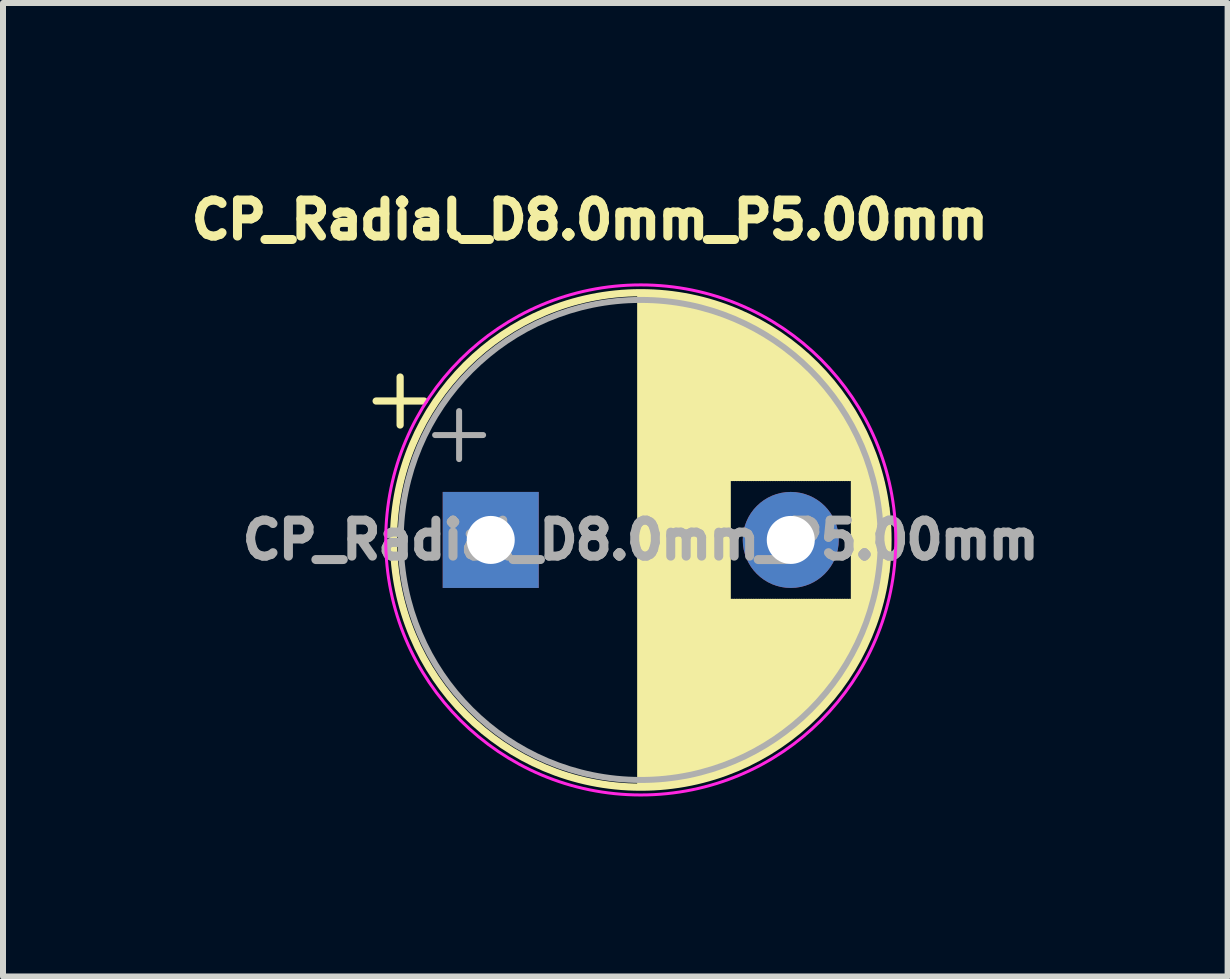
<source format=kicad_pcb>
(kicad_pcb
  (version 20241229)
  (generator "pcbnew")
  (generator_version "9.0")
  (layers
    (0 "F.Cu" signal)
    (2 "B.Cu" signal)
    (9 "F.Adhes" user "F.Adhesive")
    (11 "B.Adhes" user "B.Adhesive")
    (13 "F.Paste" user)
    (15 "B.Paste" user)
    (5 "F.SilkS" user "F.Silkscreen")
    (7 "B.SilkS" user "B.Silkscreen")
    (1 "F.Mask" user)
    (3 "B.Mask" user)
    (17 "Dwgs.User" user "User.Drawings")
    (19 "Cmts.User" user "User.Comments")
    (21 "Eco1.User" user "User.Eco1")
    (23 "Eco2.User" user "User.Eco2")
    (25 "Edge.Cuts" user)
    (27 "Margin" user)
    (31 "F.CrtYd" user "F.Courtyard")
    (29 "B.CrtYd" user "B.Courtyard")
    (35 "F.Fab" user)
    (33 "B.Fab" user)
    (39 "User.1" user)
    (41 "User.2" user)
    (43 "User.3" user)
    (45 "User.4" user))
  (footprint "CP_Radial_D8.0mm_P5.00mm"
    (layer "F.Cu")
    (at 5.128 5.948)
    (property "Reference" "CP_Radial_D8.0mm_P5.00mm" (at 1.651 -5.334 0) (layer "F.SilkS") (effects (font (size 0.6 0.6) (thickness 0.15))))
    (attr through_hole)
    (fp_line (start -1.91 -2.315) (end -1.11 -2.315) (stroke (width 0.12) (type solid)) (layer "F.SilkS"))
    (fp_line (start -1.51 -2.715) (end -1.51 -1.915) (stroke (width 0.12) (type solid)) (layer "F.SilkS"))
    (fp_line (start 2.5 -4.08) (end 2.5 4.08) (stroke (width 0.12) (type solid)) (layer "F.SilkS"))
    (fp_line (start 2.54 -4.08) (end 2.54 4.08) (stroke (width 0.12) (type solid)) (layer "F.SilkS"))
    (fp_line (start 2.58 -4.08) (end 2.58 4.08) (stroke (width 0.12) (type solid)) (layer "F.SilkS"))
    (fp_line (start 2.62 -4.079) (end 2.62 4.079) (stroke (width 0.12) (type solid)) (layer "F.SilkS"))
    (fp_line (start 2.66 -4.077) (end 2.66 4.077) (stroke (width 0.12) (type solid)) (layer "F.SilkS"))
    (fp_line (start 2.7 -4.076) (end 2.7 4.076) (stroke (width 0.12) (type solid)) (layer "F.SilkS"))
    (fp_line (start 2.74 -4.074) (end 2.74 4.074) (stroke (width 0.12) (type solid)) (layer "F.SilkS"))
    (fp_line (start 2.78 -4.071) (end 2.78 4.071) (stroke (width 0.12) (type solid)) (layer "F.SilkS"))
    (fp_line (start 2.82 -4.068) (end 2.82 4.068) (stroke (width 0.12) (type solid)) (layer "F.SilkS"))
    (fp_line (start 2.86 -4.065) (end 2.86 4.065) (stroke (width 0.12) (type solid)) (layer "F.SilkS"))
    (fp_line (start 2.9 -4.061) (end 2.9 4.061) (stroke (width 0.12) (type solid)) (layer "F.SilkS"))
    (fp_line (start 2.94 -4.057) (end 2.94 4.057) (stroke (width 0.12) (type solid)) (layer "F.SilkS"))
    (fp_line (start 2.98 -4.052) (end 2.98 4.052) (stroke (width 0.12) (type solid)) (layer "F.SilkS"))
    (fp_line (start 3.02 -4.048) (end 3.02 4.048) (stroke (width 0.12) (type solid)) (layer "F.SilkS"))
    (fp_line (start 3.06 -4.042) (end 3.06 4.042) (stroke (width 0.12) (type solid)) (layer "F.SilkS"))
    (fp_line (start 3.1 -4.037) (end 3.1 4.037) (stroke (width 0.12) (type solid)) (layer "F.SilkS"))
    (fp_line (start 3.14 -4.03) (end 3.14 4.03) (stroke (width 0.12) (type solid)) (layer "F.SilkS"))
    (fp_line (start 3.18 -4.024) (end 3.18 4.024) (stroke (width 0.12) (type solid)) (layer "F.SilkS"))
    (fp_line (start 3.221 -4.017) (end 3.221 4.017) (stroke (width 0.12) (type solid)) (layer "F.SilkS"))
    (fp_line (start 3.261 -4.01) (end 3.261 4.01) (stroke (width 0.12) (type solid)) (layer "F.SilkS"))
    (fp_line (start 3.301 -4.002) (end 3.301 4.002) (stroke (width 0.12) (type solid)) (layer "F.SilkS"))
    (fp_line (start 3.341 -3.994) (end 3.341 3.994) (stroke (width 0.12) (type solid)) (layer "F.SilkS"))
    (fp_line (start 3.381 -3.985) (end 3.381 3.985) (stroke (width 0.12) (type solid)) (layer "F.SilkS"))
    (fp_line (start 3.421 -3.976) (end 3.421 3.976) (stroke (width 0.12) (type solid)) (layer "F.SilkS"))
    (fp_line (start 3.461 -3.967) (end 3.461 3.967) (stroke (width 0.12) (type solid)) (layer "F.SilkS"))
    (fp_line (start 3.501 -3.957) (end 3.501 3.957) (stroke (width 0.12) (type solid)) (layer "F.SilkS"))
    (fp_line (start 3.541 -3.947) (end 3.541 3.947) (stroke (width 0.12) (type solid)) (layer "F.SilkS"))
    (fp_line (start 3.581 -3.936) (end 3.581 3.936) (stroke (width 0.12) (type solid)) (layer "F.SilkS"))
    (fp_line (start 3.621 -3.925) (end 3.621 3.925) (stroke (width 0.12) (type solid)) (layer "F.SilkS"))
    (fp_line (start 3.661 -3.914) (end 3.661 3.914) (stroke (width 0.12) (type solid)) (layer "F.SilkS"))
    (fp_line (start 3.701 -3.902) (end 3.701 3.902) (stroke (width 0.12) (type solid)) (layer "F.SilkS"))
    (fp_line (start 3.741 -3.889) (end 3.741 3.889) (stroke (width 0.12) (type solid)) (layer "F.SilkS"))
    (fp_line (start 3.781 -3.877) (end 3.781 3.877) (stroke (width 0.12) (type solid)) (layer "F.SilkS"))
    (fp_line (start 3.821 -3.863) (end 3.821 3.863) (stroke (width 0.12) (type solid)) (layer "F.SilkS"))
    (fp_line (start 3.861 -3.85) (end 3.861 3.85) (stroke (width 0.12) (type solid)) (layer "F.SilkS"))
    (fp_line (start 3.901 -3.835) (end 3.901 3.835) (stroke (width 0.12) (type solid)) (layer "F.SilkS"))
    (fp_line (start 3.941 -3.821) (end 3.941 3.821) (stroke (width 0.12) (type solid)) (layer "F.SilkS"))
    (fp_line (start 3.981 -3.805) (end 3.981 -1.04) (stroke (width 0.12) (type solid)) (layer "F.SilkS"))
    (fp_line (start 3.981 1.04) (end 3.981 3.805) (stroke (width 0.12) (type solid)) (layer "F.SilkS"))
    (fp_line (start 4.021 -3.79) (end 4.021 -1.04) (stroke (width 0.12) (type solid)) (layer "F.SilkS"))
    (fp_line (start 4.021 1.04) (end 4.021 3.79) (stroke (width 0.12) (type solid)) (layer "F.SilkS"))
    (fp_line (start 4.061 -3.774) (end 4.061 -1.04) (stroke (width 0.12) (type solid)) (layer "F.SilkS"))
    (fp_line (start 4.061 1.04) (end 4.061 3.774) (stroke (width 0.12) (type solid)) (layer "F.SilkS"))
    (fp_line (start 4.101 -3.757) (end 4.101 -1.04) (stroke (width 0.12) (type solid)) (layer "F.SilkS"))
    (fp_line (start 4.101 1.04) (end 4.101 3.757) (stroke (width 0.12) (type solid)) (layer "F.SilkS"))
    (fp_line (start 4.141 -3.74) (end 4.141 -1.04) (stroke (width 0.12) (type solid)) (layer "F.SilkS"))
    (fp_line (start 4.141 1.04) (end 4.141 3.74) (stroke (width 0.12) (type solid)) (layer "F.SilkS"))
    (fp_line (start 4.181 -3.722) (end 4.181 -1.04) (stroke (width 0.12) (type solid)) (layer "F.SilkS"))
    (fp_line (start 4.181 1.04) (end 4.181 3.722) (stroke (width 0.12) (type solid)) (layer "F.SilkS"))
    (fp_line (start 4.221 -3.704) (end 4.221 -1.04) (stroke (width 0.12) (type solid)) (layer "F.SilkS"))
    (fp_line (start 4.221 1.04) (end 4.221 3.704) (stroke (width 0.12) (type solid)) (layer "F.SilkS"))
    (fp_line (start 4.261 -3.686) (end 4.261 -1.04) (stroke (width 0.12) (type solid)) (layer "F.SilkS"))
    (fp_line (start 4.261 1.04) (end 4.261 3.686) (stroke (width 0.12) (type solid)) (layer "F.SilkS"))
    (fp_line (start 4.301 -3.666) (end 4.301 -1.04) (stroke (width 0.12) (type solid)) (layer "F.SilkS"))
    (fp_line (start 4.301 1.04) (end 4.301 3.666) (stroke (width 0.12) (type solid)) (layer "F.SilkS"))
    (fp_line (start 4.341 -3.647) (end 4.341 -1.04) (stroke (width 0.12) (type solid)) (layer "F.SilkS"))
    (fp_line (start 4.341 1.04) (end 4.341 3.647) (stroke (width 0.12) (type solid)) (layer "F.SilkS"))
    (fp_line (start 4.381 -3.627) (end 4.381 -1.04) (stroke (width 0.12) (type solid)) (layer "F.SilkS"))
    (fp_line (start 4.381 1.04) (end 4.381 3.627) (stroke (width 0.12) (type solid)) (layer "F.SilkS"))
    (fp_line (start 4.421 -3.606) (end 4.421 -1.04) (stroke (width 0.12) (type solid)) (layer "F.SilkS"))
    (fp_line (start 4.421 1.04) (end 4.421 3.606) (stroke (width 0.12) (type solid)) (layer "F.SilkS"))
    (fp_line (start 4.461 -3.584) (end 4.461 -1.04) (stroke (width 0.12) (type solid)) (layer "F.SilkS"))
    (fp_line (start 4.461 1.04) (end 4.461 3.584) (stroke (width 0.12) (type solid)) (layer "F.SilkS"))
    (fp_line (start 4.501 -3.562) (end 4.501 -1.04) (stroke (width 0.12) (type solid)) (layer "F.SilkS"))
    (fp_line (start 4.501 1.04) (end 4.501 3.562) (stroke (width 0.12) (type solid)) (layer "F.SilkS"))
    (fp_line (start 4.541 -3.54) (end 4.541 -1.04) (stroke (width 0.12) (type solid)) (layer "F.SilkS"))
    (fp_line (start 4.541 1.04) (end 4.541 3.54) (stroke (width 0.12) (type solid)) (layer "F.SilkS"))
    (fp_line (start 4.581 -3.517) (end 4.581 -1.04) (stroke (width 0.12) (type solid)) (layer "F.SilkS"))
    (fp_line (start 4.581 1.04) (end 4.581 3.517) (stroke (width 0.12) (type solid)) (layer "F.SilkS"))
    (fp_line (start 4.621 -3.493) (end 4.621 -1.04) (stroke (width 0.12) (type solid)) (layer "F.SilkS"))
    (fp_line (start 4.621 1.04) (end 4.621 3.493) (stroke (width 0.12) (type solid)) (layer "F.SilkS"))
    (fp_line (start 4.661 -3.469) (end 4.661 -1.04) (stroke (width 0.12) (type solid)) (layer "F.SilkS"))
    (fp_line (start 4.661 1.04) (end 4.661 3.469) (stroke (width 0.12) (type solid)) (layer "F.SilkS"))
    (fp_line (start 4.701 -3.444) (end 4.701 -1.04) (stroke (width 0.12) (type solid)) (layer "F.SilkS"))
    (fp_line (start 4.701 1.04) (end 4.701 3.444) (stroke (width 0.12) (type solid)) (layer "F.SilkS"))
    (fp_line (start 4.741 -3.418) (end 4.741 -1.04) (stroke (width 0.12) (type solid)) (layer "F.SilkS"))
    (fp_line (start 4.741 1.04) (end 4.741 3.418) (stroke (width 0.12) (type solid)) (layer "F.SilkS"))
    (fp_line (start 4.781 -3.392) (end 4.781 -1.04) (stroke (width 0.12) (type solid)) (layer "F.SilkS"))
    (fp_line (start 4.781 1.04) (end 4.781 3.392) (stroke (width 0.12) (type solid)) (layer "F.SilkS"))
    (fp_line (start 4.821 -3.365) (end 4.821 -1.04) (stroke (width 0.12) (type solid)) (layer "F.SilkS"))
    (fp_line (start 4.821 1.04) (end 4.821 3.365) (stroke (width 0.12) (type solid)) (layer "F.SilkS"))
    (fp_line (start 4.861 -3.338) (end 4.861 -1.04) (stroke (width 0.12) (type solid)) (layer "F.SilkS"))
    (fp_line (start 4.861 1.04) (end 4.861 3.338) (stroke (width 0.12) (type solid)) (layer "F.SilkS"))
    (fp_line (start 4.901 -3.309) (end 4.901 -1.04) (stroke (width 0.12) (type solid)) (layer "F.SilkS"))
    (fp_line (start 4.901 1.04) (end 4.901 3.309) (stroke (width 0.12) (type solid)) (layer "F.SilkS"))
    (fp_line (start 4.941 -3.28) (end 4.941 -1.04) (stroke (width 0.12) (type solid)) (layer "F.SilkS"))
    (fp_line (start 4.941 1.04) (end 4.941 3.28) (stroke (width 0.12) (type solid)) (layer "F.SilkS"))
    (fp_line (start 4.981 -3.25) (end 4.981 -1.04) (stroke (width 0.12) (type solid)) (layer "F.SilkS"))
    (fp_line (start 4.981 1.04) (end 4.981 3.25) (stroke (width 0.12) (type solid)) (layer "F.SilkS"))
    (fp_line (start 5.021 -3.22) (end 5.021 -1.04) (stroke (width 0.12) (type solid)) (layer "F.SilkS"))
    (fp_line (start 5.021 1.04) (end 5.021 3.22) (stroke (width 0.12) (type solid)) (layer "F.SilkS"))
    (fp_line (start 5.061 -3.189) (end 5.061 -1.04) (stroke (width 0.12) (type solid)) (layer "F.SilkS"))
    (fp_line (start 5.061 1.04) (end 5.061 3.189) (stroke (width 0.12) (type solid)) (layer "F.SilkS"))
    (fp_line (start 5.101 -3.156) (end 5.101 -1.04) (stroke (width 0.12) (type solid)) (layer "F.SilkS"))
    (fp_line (start 5.101 1.04) (end 5.101 3.156) (stroke (width 0.12) (type solid)) (layer "F.SilkS"))
    (fp_line (start 5.141 -3.124) (end 5.141 -1.04) (stroke (width 0.12) (type solid)) (layer "F.SilkS"))
    (fp_line (start 5.141 1.04) (end 5.141 3.124) (stroke (width 0.12) (type solid)) (layer "F.SilkS"))
    (fp_line (start 5.181 -3.09) (end 5.181 -1.04) (stroke (width 0.12) (type solid)) (layer "F.SilkS"))
    (fp_line (start 5.181 1.04) (end 5.181 3.09) (stroke (width 0.12) (type solid)) (layer "F.SilkS"))
    (fp_line (start 5.221 -3.055) (end 5.221 -1.04) (stroke (width 0.12) (type solid)) (layer "F.SilkS"))
    (fp_line (start 5.221 1.04) (end 5.221 3.055) (stroke (width 0.12) (type solid)) (layer "F.SilkS"))
    (fp_line (start 5.261 -3.019) (end 5.261 -1.04) (stroke (width 0.12) (type solid)) (layer "F.SilkS"))
    (fp_line (start 5.261 1.04) (end 5.261 3.019) (stroke (width 0.12) (type solid)) (layer "F.SilkS"))
    (fp_line (start 5.301 -2.983) (end 5.301 -1.04) (stroke (width 0.12) (type solid)) (layer "F.SilkS"))
    (fp_line (start 5.301 1.04) (end 5.301 2.983) (stroke (width 0.12) (type solid)) (layer "F.SilkS"))
    (fp_line (start 5.341 -2.945) (end 5.341 -1.04) (stroke (width 0.12) (type solid)) (layer "F.SilkS"))
    (fp_line (start 5.341 1.04) (end 5.341 2.945) (stroke (width 0.12) (type solid)) (layer "F.SilkS"))
    (fp_line (start 5.381 -2.907) (end 5.381 -1.04) (stroke (width 0.12) (type solid)) (layer "F.SilkS"))
    (fp_line (start 5.381 1.04) (end 5.381 2.907) (stroke (width 0.12) (type solid)) (layer "F.SilkS"))
    (fp_line (start 5.421 -2.867) (end 5.421 -1.04) (stroke (width 0.12) (type solid)) (layer "F.SilkS"))
    (fp_line (start 5.421 1.04) (end 5.421 2.867) (stroke (width 0.12) (type solid)) (layer "F.SilkS"))
    (fp_line (start 5.461 -2.826) (end 5.461 -1.04) (stroke (width 0.12) (type solid)) (layer "F.SilkS"))
    (fp_line (start 5.461 1.04) (end 5.461 2.826) (stroke (width 0.12) (type solid)) (layer "F.SilkS"))
    (fp_line (start 5.501 -2.784) (end 5.501 -1.04) (stroke (width 0.12) (type solid)) (layer "F.SilkS"))
    (fp_line (start 5.501 1.04) (end 5.501 2.784) (stroke (width 0.12) (type solid)) (layer "F.SilkS"))
    (fp_line (start 5.541 -2.741) (end 5.541 -1.04) (stroke (width 0.12) (type solid)) (layer "F.SilkS"))
    (fp_line (start 5.541 1.04) (end 5.541 2.741) (stroke (width 0.12) (type solid)) (layer "F.SilkS"))
    (fp_line (start 5.581 -2.697) (end 5.581 -1.04) (stroke (width 0.12) (type solid)) (layer "F.SilkS"))
    (fp_line (start 5.581 1.04) (end 5.581 2.697) (stroke (width 0.12) (type solid)) (layer "F.SilkS"))
    (fp_line (start 5.621 -2.651) (end 5.621 -1.04) (stroke (width 0.12) (type solid)) (layer "F.SilkS"))
    (fp_line (start 5.621 1.04) (end 5.621 2.651) (stroke (width 0.12) (type solid)) (layer "F.SilkS"))
    (fp_line (start 5.661 -2.604) (end 5.661 -1.04) (stroke (width 0.12) (type solid)) (layer "F.SilkS"))
    (fp_line (start 5.661 1.04) (end 5.661 2.604) (stroke (width 0.12) (type solid)) (layer "F.SilkS"))
    (fp_line (start 5.701 -2.556) (end 5.701 -1.04) (stroke (width 0.12) (type solid)) (layer "F.SilkS"))
    (fp_line (start 5.701 1.04) (end 5.701 2.556) (stroke (width 0.12) (type solid)) (layer "F.SilkS"))
    (fp_line (start 5.741 -2.505) (end 5.741 -1.04) (stroke (width 0.12) (type solid)) (layer "F.SilkS"))
    (fp_line (start 5.741 1.04) (end 5.741 2.505) (stroke (width 0.12) (type solid)) (layer "F.SilkS"))
    (fp_line (start 5.781 -2.454) (end 5.781 -1.04) (stroke (width 0.12) (type solid)) (layer "F.SilkS"))
    (fp_line (start 5.781 1.04) (end 5.781 2.454) (stroke (width 0.12) (type solid)) (layer "F.SilkS"))
    (fp_line (start 5.821 -2.4) (end 5.821 -1.04) (stroke (width 0.12) (type solid)) (layer "F.SilkS"))
    (fp_line (start 5.821 1.04) (end 5.821 2.4) (stroke (width 0.12) (type solid)) (layer "F.SilkS"))
    (fp_line (start 5.861 -2.345) (end 5.861 -1.04) (stroke (width 0.12) (type solid)) (layer "F.SilkS"))
    (fp_line (start 5.861 1.04) (end 5.861 2.345) (stroke (width 0.12) (type solid)) (layer "F.SilkS"))
    (fp_line (start 5.901 -2.287) (end 5.901 -1.04) (stroke (width 0.12) (type solid)) (layer "F.SilkS"))
    (fp_line (start 5.901 1.04) (end 5.901 2.287) (stroke (width 0.12) (type solid)) (layer "F.SilkS"))
    (fp_line (start 5.941 -2.228) (end 5.941 -1.04) (stroke (width 0.12) (type solid)) (layer "F.SilkS"))
    (fp_line (start 5.941 1.04) (end 5.941 2.228) (stroke (width 0.12) (type solid)) (layer "F.SilkS"))
    (fp_line (start 5.981 -2.166) (end 5.981 -1.04) (stroke (width 0.12) (type solid)) (layer "F.SilkS"))
    (fp_line (start 5.981 1.04) (end 5.981 2.166) (stroke (width 0.12) (type solid)) (layer "F.SilkS"))
    (fp_line (start 6.021 -2.102) (end 6.021 -1.04) (stroke (width 0.12) (type solid)) (layer "F.SilkS"))
    (fp_line (start 6.021 1.04) (end 6.021 2.102) (stroke (width 0.12) (type solid)) (layer "F.SilkS"))
    (fp_line (start 6.061 -2.034) (end 6.061 2.034) (stroke (width 0.12) (type solid)) (layer "F.SilkS"))
    (fp_line (start 6.101 -1.964) (end 6.101 1.964) (stroke (width 0.12) (type solid)) (layer "F.SilkS"))
    (fp_line (start 6.141 -1.89) (end 6.141 1.89) (stroke (width 0.12) (type solid)) (layer "F.SilkS"))
    (fp_line (start 6.181 -1.813) (end 6.181 1.813) (stroke (width 0.12) (type solid)) (layer "F.SilkS"))
    (fp_line (start 6.221 -1.731) (end 6.221 1.731) (stroke (width 0.12) (type solid)) (layer "F.SilkS"))
    (fp_line (start 6.261 -1.645) (end 6.261 1.645) (stroke (width 0.12) (type solid)) (layer "F.SilkS"))
    (fp_line (start 6.301 -1.552) (end 6.301 1.552) (stroke (width 0.12) (type solid)) (layer "F.SilkS"))
    (fp_line (start 6.341 -1.453) (end 6.341 1.453) (stroke (width 0.12) (type solid)) (layer "F.SilkS"))
    (fp_line (start 6.381 -1.346) (end 6.381 1.346) (stroke (width 0.12) (type solid)) (layer "F.SilkS"))
    (fp_line (start 6.421 -1.229) (end 6.421 1.229) (stroke (width 0.12) (type solid)) (layer "F.SilkS"))
    (fp_line (start 6.461 -1.098) (end 6.461 1.098) (stroke (width 0.12) (type solid)) (layer "F.SilkS"))
    (fp_line (start 6.501 -0.948) (end 6.501 0.948) (stroke (width 0.12) (type solid)) (layer "F.SilkS"))
    (fp_line (start 6.541 -0.768) (end 6.541 0.768) (stroke (width 0.12) (type solid)) (layer "F.SilkS"))
    (fp_line (start 6.581 -0.533) (end 6.581 0.533) (stroke (width 0.12) (type solid)) (layer "F.SilkS"))
    (fp_circle (center 2.5 0) (end 6.62 0) (stroke (width 0.12) (type solid)) (fill no) (layer "F.SilkS"))
    (fp_circle (center 2.5 0) (end 6.75 0) (stroke (width 0.05) (type solid)) (fill no) (layer "F.CrtYd"))
    (fp_line (start -0.927 -1.748) (end -0.127 -1.748) (stroke (width 0.1) (type solid)) (layer "F.Fab"))
    (fp_line (start -0.527 -2.147) (end -0.527 -1.347) (stroke (width 0.1) (type solid)) (layer "F.Fab"))
    (fp_circle (center 2.5 0) (end 6.5 0) (stroke (width 0.1) (type solid)) (fill no) (layer "F.Fab"))
    (fp_text user "${REFERENCE}" (at 2.5 0 0) (layer "F.Fab") (effects (font (size 0.6 0.6) (thickness 0.15))))
    (pad "1" thru_hole rect (at 0 0) (size 1.6 1.6) (drill 0.8) (layers "*.Cu" "*.Mask"))
    (pad "2" thru_hole circle (at 5 0) (size 1.6 1.6) (drill 0.8) (layers "*.Cu" "*.Mask")))
  (gr_rect
    (start -3 -3)
    (end 17.408 13.223)
    (stroke (width 0.1) (type default))
    (fill no)
    (layer "Edge.Cuts")))
</source>
